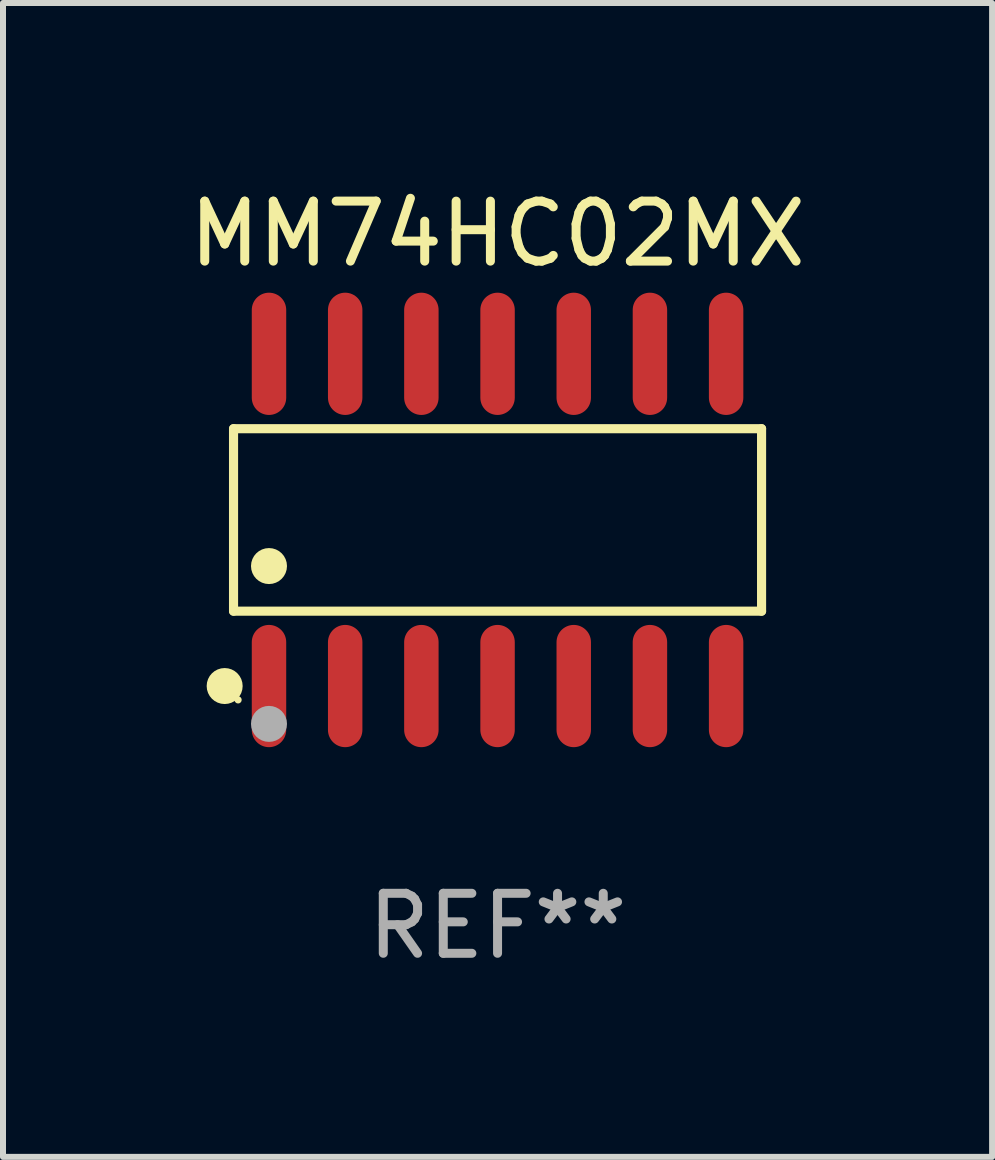
<source format=kicad_pcb>
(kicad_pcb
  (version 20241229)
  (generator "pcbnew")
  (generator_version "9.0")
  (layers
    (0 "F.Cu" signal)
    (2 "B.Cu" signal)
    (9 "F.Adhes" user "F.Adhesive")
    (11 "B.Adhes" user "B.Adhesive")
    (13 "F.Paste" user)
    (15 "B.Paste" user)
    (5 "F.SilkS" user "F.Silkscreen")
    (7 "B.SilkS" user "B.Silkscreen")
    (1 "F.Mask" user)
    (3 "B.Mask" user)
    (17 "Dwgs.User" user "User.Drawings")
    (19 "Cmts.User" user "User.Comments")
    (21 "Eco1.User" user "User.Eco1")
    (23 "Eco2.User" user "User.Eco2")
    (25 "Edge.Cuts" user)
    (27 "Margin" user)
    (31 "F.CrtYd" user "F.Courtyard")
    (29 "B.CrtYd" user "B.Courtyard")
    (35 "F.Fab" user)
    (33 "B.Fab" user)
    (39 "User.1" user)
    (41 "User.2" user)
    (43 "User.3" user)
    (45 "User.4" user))
  (footprint "MM74HC02MX"
    (layer "F.Cu")
    (at 5.244 5.617)
    (property "Reference" "MM74HC02MX" (at 0 -4.769 0) (layer "F.SilkS") (effects (font (size 1 1) (thickness 0.15))))
    (attr through_hole)
    (fp_line (start -4.401 -1.521) (end 4.401 -1.521) (stroke (width 0.152) (type solid)) (layer "F.SilkS"))
    (fp_line (start -4.401 1.521) (end -4.401 -1.521) (stroke (width 0.152) (type solid)) (layer "F.SilkS"))
    (fp_line (start 4.401 -1.521) (end 4.401 1.521) (stroke (width 0.152) (type solid)) (layer "F.SilkS"))
    (fp_line (start 4.401 1.521) (end -4.401 1.521) (stroke (width 0.152) (type solid)) (layer "F.SilkS"))
    (fp_circle (center -4.549 2.769) (end -4.399 2.769) (stroke (width 0.3) (type solid)) (fill no) (layer "F.SilkS"))
    (fp_circle (center -4.325 3) (end -4.295 3) (stroke (width 0.06) (type solid)) (fill no) (layer "F.SilkS"))
    (fp_circle (center -3.81 0.769) (end -3.66 0.769) (stroke (width 0.3) (type solid)) (fill no) (layer "F.SilkS"))
    (fp_circle (center -3.81 3.4) (end -3.66 3.4) (stroke (width 0.3) (type solid)) (fill no) (layer "F.Fab"))
    (fp_text user "REF**" (at 0 6.769 0) (layer "F.Fab") (effects (font (size 1 1) (thickness 0.15))))
    (pad "1" smd oval (at -3.81 2.769) (size 0.574 2.038) (layers "F.Cu" "F.Mask" "F.Paste"))
    (pad "2" smd oval (at -2.54 2.769) (size 0.574 2.038) (layers "F.Cu" "F.Mask" "F.Paste"))
    (pad "3" smd oval (at -1.27 2.769) (size 0.574 2.038) (layers "F.Cu" "F.Mask" "F.Paste"))
    (pad "4" smd oval (at 0 2.769) (size 0.574 2.038) (layers "F.Cu" "F.Mask" "F.Paste"))
    (pad "5" smd oval (at 1.27 2.769) (size 0.574 2.038) (layers "F.Cu" "F.Mask" "F.Paste"))
    (pad "6" smd oval (at 2.54 2.769) (size 0.574 2.038) (layers "F.Cu" "F.Mask" "F.Paste"))
    (pad "7" smd oval (at 3.81 2.769) (size 0.574 2.038) (layers "F.Cu" "F.Mask" "F.Paste"))
    (pad "8" smd oval (at 3.81 -2.769) (size 0.574 2.038) (layers "F.Cu" "F.Mask" "F.Paste"))
    (pad "9" smd oval (at 2.54 -2.769) (size 0.574 2.038) (layers "F.Cu" "F.Mask" "F.Paste"))
    (pad "10" smd oval (at 1.27 -2.769) (size 0.574 2.038) (layers "F.Cu" "F.Mask" "F.Paste"))
    (pad "11" smd oval (at 0 -2.769) (size 0.574 2.038) (layers "F.Cu" "F.Mask" "F.Paste"))
    (pad "12" smd oval (at -1.27 -2.769) (size 0.574 2.038) (layers "F.Cu" "F.Mask" "F.Paste"))
    (pad "13" smd oval (at -2.54 -2.769) (size 0.574 2.038) (layers "F.Cu" "F.Mask" "F.Paste"))
    (pad "14" smd oval (at -3.81 -2.769) (size 0.574 2.038) (layers "F.Cu" "F.Mask" "F.Paste")))
  (gr_rect
    (start -3 -3)
    (end 13.488 16.235)
    (stroke (width 0.1) (type default))
    (fill no)
    (layer "Edge.Cuts")))
</source>
